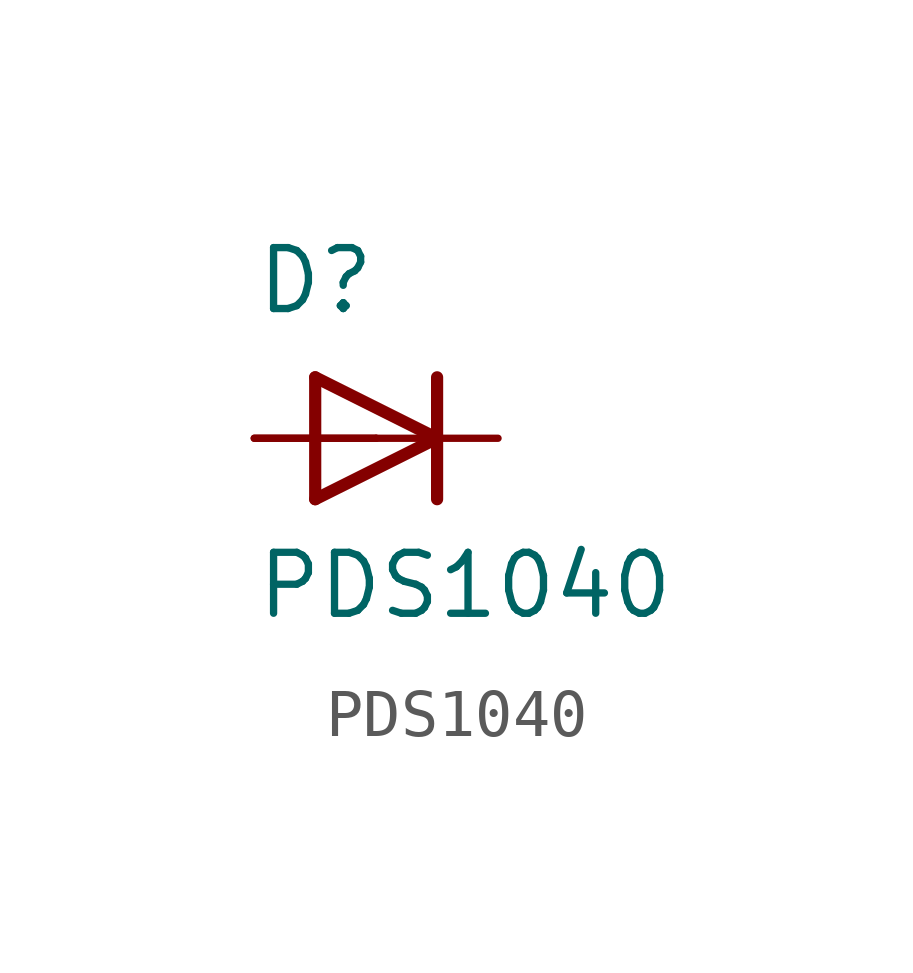
<source format=kicad_sym>
(kicad_symbol_lib
  (version 20211014)
  (generator kicad_symbol_editor)
  (symbol "PDS1040"
    (pin_numbers hide)
    (pin_names
      (offset 1.016) hide)
    (property "Reference" "D"
      (at -2.54 2.54 0)
      (effects (font (size 1.27 1.27)) (justify left bottom)))
    (property "Value" "PDS1040"
      (at -2.54 -3.81 0)
      (effects (font (size 1.27 1.27)) (justify left bottom)))
    (property "ki_locked" ""
      (at 0 0 0)
      (effects (font (size 1.27 1.27))))
    (symbol "PDS1040_0_0"
      (polyline (pts (xy -1.27 -1.27) (xy 1.27 0)) (stroke (width 0.254) (type default) (color 0 0 0 0)) (fill (type none)))
      (polyline (pts (xy -1.27 1.27) (xy -1.27 -1.27)) (stroke (width 0.254) (type default) (color 0 0 0 0)) (fill (type none)))
      (polyline (pts (xy 1.27 0) (xy -1.27 1.27)) (stroke (width 0.254) (type default) (color 0 0 0 0)) (fill (type none)))
      (polyline (pts (xy 1.27 0) (xy 1.27 -1.27)) (stroke (width 0.254) (type default) (color 0 0 0 0)) (fill (type none)))
      (polyline (pts (xy 1.27 1.27) (xy 1.27 0)) (stroke (width 0.254) (type default) (color 0 0 0 0)) (fill (type none)))
      (pin passive line (at 2.54 0 180) (length 2.54) (name "~" (effects (font (size 1.016 1.016)))) (number "1" (effects (font (size 1.016 1.016)))))
      (pin passive line (at -2.54 0 0) (length 2.54) (name "~" (effects (font (size 1.016 1.016)))) (number "2" (effects (font (size 1.016 1.016)))))
      (pin passive line (at -2.54 0 0) (length 2.54) (name "~" (effects (font (size 1.016 1.016)))) (number "3" (effects (font (size 1.016 1.016))))))))
</source>
